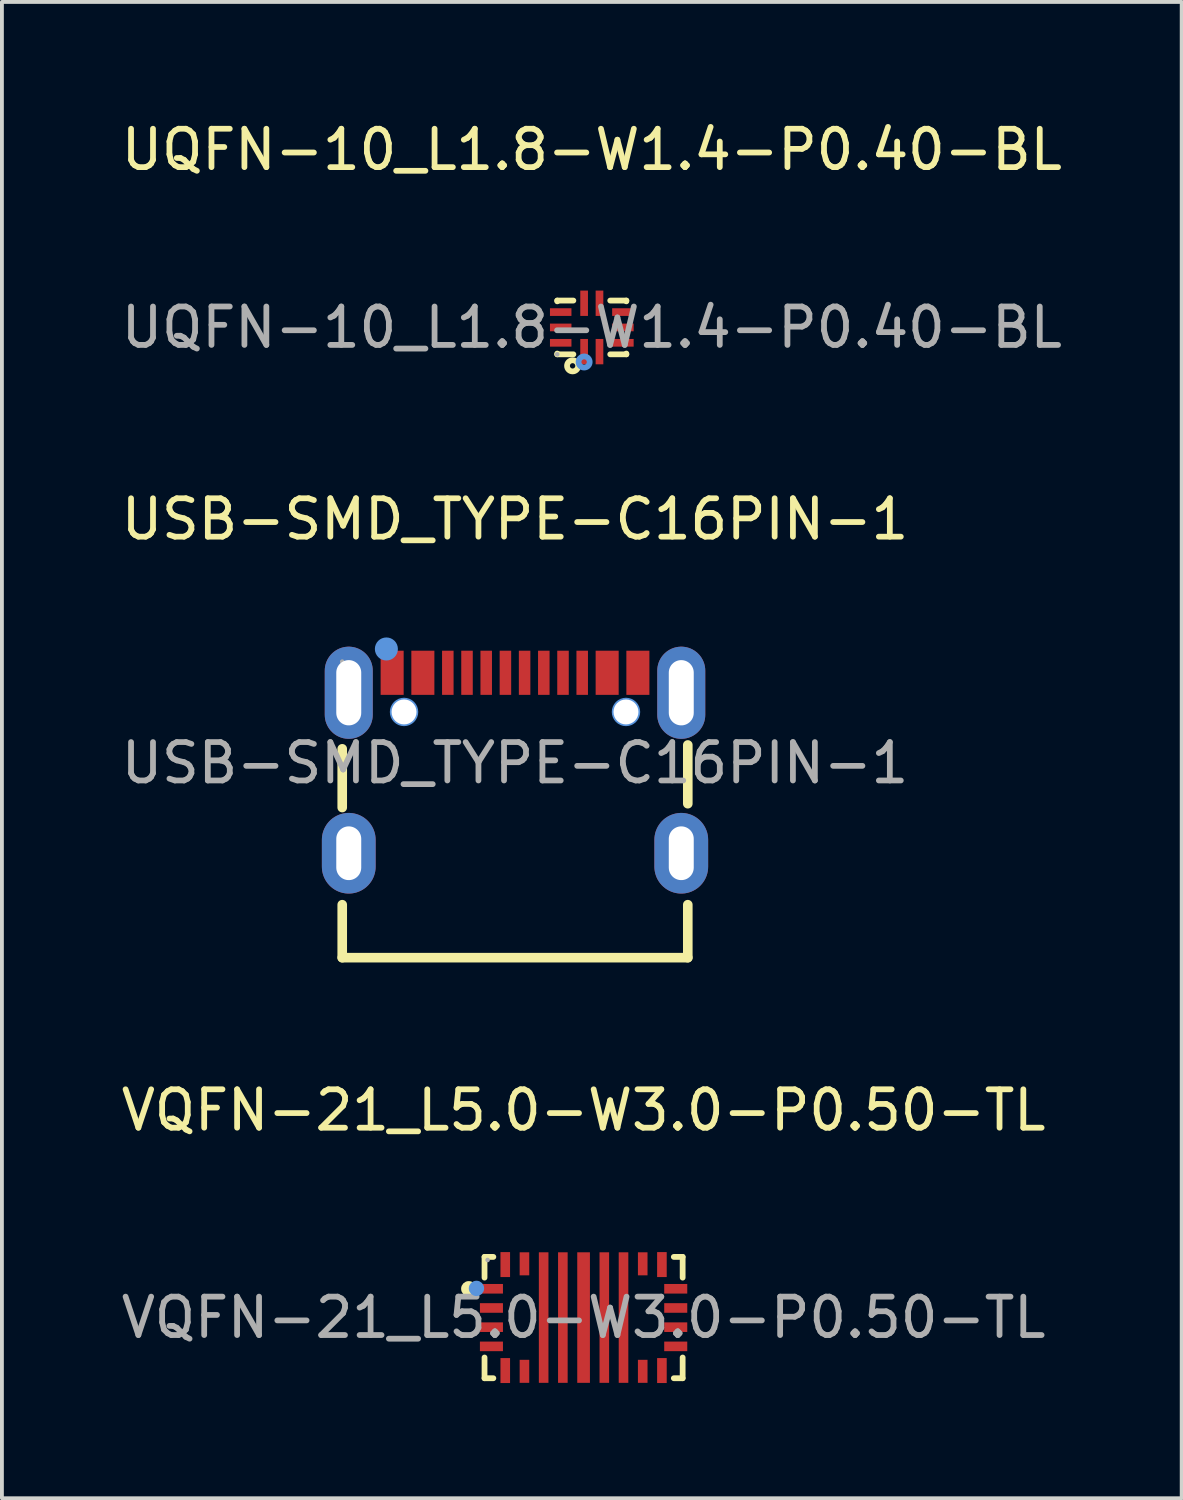
<source format=kicad_pcb>
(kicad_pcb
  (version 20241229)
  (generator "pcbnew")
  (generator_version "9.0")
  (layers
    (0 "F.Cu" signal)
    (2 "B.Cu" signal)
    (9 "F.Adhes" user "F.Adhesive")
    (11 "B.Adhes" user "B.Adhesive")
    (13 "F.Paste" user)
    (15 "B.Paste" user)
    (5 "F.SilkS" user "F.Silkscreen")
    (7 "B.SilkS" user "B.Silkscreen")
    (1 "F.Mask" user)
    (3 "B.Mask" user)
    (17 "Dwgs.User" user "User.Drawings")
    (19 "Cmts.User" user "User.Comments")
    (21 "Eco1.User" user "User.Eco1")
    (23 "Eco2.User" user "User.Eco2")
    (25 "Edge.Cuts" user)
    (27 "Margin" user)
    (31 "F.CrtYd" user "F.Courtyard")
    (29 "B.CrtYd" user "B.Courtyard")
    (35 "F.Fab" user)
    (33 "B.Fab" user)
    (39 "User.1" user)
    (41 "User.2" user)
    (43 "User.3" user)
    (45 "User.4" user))
  (footprint "UQFN-10_L1.8-W1.4-P0.40-BL"
    (layer "F.Cu")
    (at 12.363 5.478)
    (property "Reference" "UQFN-10_L1.8-W1.4-P0.40-BL" (at 0 -4.63 0) (layer "F.SilkS") (effects (font (size 1 1) (thickness 0.15))))
    (attr smd)
    (fp_line (start -0.9 -0.7) (end -0.9 -0.68) (stroke (width 0.15) (type solid)) (layer "F.SilkS"))
    (fp_line (start -0.9 0.68) (end -0.9 0.7) (stroke (width 0.15) (type solid)) (layer "F.SilkS"))
    (fp_line (start -0.9 0.7) (end -0.48 0.7) (stroke (width 0.15) (type solid)) (layer "F.SilkS"))
    (fp_line (start -0.48 -0.7) (end -0.9 -0.7) (stroke (width 0.15) (type solid)) (layer "F.SilkS"))
    (fp_line (start 0.48 0.7) (end 0.9 0.7) (stroke (width 0.15) (type solid)) (layer "F.SilkS"))
    (fp_line (start 0.9 -0.7) (end 0.48 -0.7) (stroke (width 0.15) (type solid)) (layer "F.SilkS"))
    (fp_line (start 0.9 -0.68) (end 0.9 -0.7) (stroke (width 0.15) (type solid)) (layer "F.SilkS"))
    (fp_line (start 0.9 0.7) (end 0.9 0.68) (stroke (width 0.15) (type solid)) (layer "F.SilkS"))
    (fp_circle (center -0.5 1) (end -0.43 1) (stroke (width 0.15) (type solid)) (fill no) (layer "F.SilkS"))
    (fp_circle (center -0.2 0.9) (end -0.13 0.9) (stroke (width 0.15) (type solid)) (fill no) (layer "Cmts.User"))
    (fp_circle (center -0.9 0.7) (end -0.87 0.7) (stroke (width 0.06) (type solid)) (fill no) (layer "F.Fab"))
    (fp_text user "${REFERENCE}" (at 0 0 0) (layer "F.Fab") (effects (font (size 1 1) (thickness 0.15))))
    (pad "1" smd rect (at -0.2 0.63) (size 0.2 0.66) (layers "F.Cu" "F.Mask" "F.Paste"))
    (pad "2" smd rect (at 0.2 0.63) (size 0.2 0.66) (layers "F.Cu" "F.Mask" "F.Paste"))
    (pad "3" smd rect (at 0.81 0.4) (size 0.56 0.2) (layers "F.Cu" "F.Mask" "F.Paste"))
    (pad "4" smd rect (at 0.81 0) (size 0.56 0.2) (layers "F.Cu" "F.Mask" "F.Paste"))
    (pad "5" smd rect (at 0.81 -0.4) (size 0.56 0.2) (layers "F.Cu" "F.Mask" "F.Paste"))
    (pad "6" smd rect (at 0.2 -0.63) (size 0.2 0.66) (layers "F.Cu" "F.Mask" "F.Paste"))
    (pad "7" smd rect (at -0.2 -0.63) (size 0.2 0.66) (layers "F.Cu" "F.Mask" "F.Paste"))
    (pad "8" smd rect (at -0.81 -0.4) (size 0.56 0.2) (layers "F.Cu" "F.Mask" "F.Paste"))
    (pad "9" smd rect (at -0.81 0) (size 0.56 0.2) (layers "F.Cu" "F.Mask" "F.Paste"))
    (pad "10" smd rect (at -0.81 0.4) (size 0.56 0.2) (layers "F.Cu" "F.Mask" "F.Paste")))
  (footprint "VQFN-21_L5.0-W3.0-P0.50-TL"
    (layer "F.Cu")
    (at 12.149 31.265)
    (property "Reference" "VQFN-21_L5.0-W3.0-P0.50-TL" (at 0 -5.4 0) (layer "F.SilkS") (effects (font (size 1 1) (thickness 0.15))))
    (attr smd)
    (fp_line (start -2.58 -1.58) (end -2.58 -1.04) (stroke (width 0.15) (type solid)) (layer "F.SilkS"))
    (fp_line (start -2.58 -1.58) (end -2.35 -1.58) (stroke (width 0.15) (type solid)) (layer "F.SilkS"))
    (fp_line (start -2.58 1.58) (end -2.58 1.04) (stroke (width 0.15) (type solid)) (layer "F.SilkS"))
    (fp_line (start -2.58 1.58) (end -2.35 1.58) (stroke (width 0.15) (type solid)) (layer "F.SilkS"))
    (fp_line (start 2.35 -1.58) (end 2.58 -1.58) (stroke (width 0.15) (type solid)) (layer "F.SilkS"))
    (fp_line (start 2.35 1.58) (end 2.58 1.58) (stroke (width 0.15) (type solid)) (layer "F.SilkS"))
    (fp_line (start 2.58 -1.58) (end 2.58 -1.04) (stroke (width 0.15) (type solid)) (layer "F.SilkS"))
    (fp_line (start 2.58 1.58) (end 2.58 1.04) (stroke (width 0.15) (type solid)) (layer "F.SilkS"))
    (fp_circle (center -2.99 -0.75) (end -2.89 -0.75) (stroke (width 0.2) (type solid)) (fill no) (layer "F.SilkS"))
    (fp_circle (center -2.79 -0.76) (end -2.69 -0.76) (stroke (width 0.2) (type solid)) (fill no) (layer "Cmts.User"))
    (fp_circle (center -2.5 -1.5) (end -2.47 -1.5) (stroke (width 0.06) (type solid)) (fill no) (layer "F.Fab"))
    (fp_text user "${REFERENCE}" (at 0 0 0) (layer "F.Fab") (effects (font (size 1 1) (thickness 0.15))))
    (pad "1" smd rect (at -2.4 -0.75) (size 0.6 0.25) (layers "F.Cu" "F.Mask" "F.Paste"))
    (pad "2" smd rect (at -2.4 -0.25) (size 0.6 0.25) (layers "F.Cu" "F.Mask" "F.Paste"))
    (pad "3" smd rect (at -2.4 0.25) (size 0.6 0.25) (layers "F.Cu" "F.Mask" "F.Paste"))
    (pad "4" smd rect (at -2.4 0.75) (size 0.6 0.25) (layers "F.Cu" "F.Mask" "F.Paste"))
    (pad "5" smd rect (at -2.04 1.38) (size 0.25 0.65) (layers "F.Cu" "F.Mask" "F.Paste"))
    (pad "6" smd rect (at -1.54 1.4) (size 0.25 0.6) (layers "F.Cu" "F.Mask" "F.Paste"))
    (pad "7" smd rect (at -1.04 0) (size 0.25 3.4) (layers "F.Cu" "F.Mask" "F.Paste"))
    (pad "8" smd rect (at -0.54 0) (size 0.25 3.4) (layers "F.Cu" "F.Mask" "F.Paste"))
    (pad "9" smd rect (at 0 0) (size 0.33 3.4) (layers "F.Cu" "F.Mask" "F.Paste"))
    (pad "10" smd rect (at 0.54 0) (size 0.25 3.4) (layers "F.Cu" "F.Mask" "F.Paste"))
    (pad "11" smd rect (at 1.04 0) (size 0.25 3.4) (layers "F.Cu" "F.Mask" "F.Paste"))
    (pad "12" smd rect (at 1.54 1.4) (size 0.25 0.6) (layers "F.Cu" "F.Mask" "F.Paste"))
    (pad "13" smd rect (at 2.04 1.38) (size 0.25 0.65) (layers "F.Cu" "F.Mask" "F.Paste"))
    (pad "14" smd rect (at 2.4 0.75) (size 0.6 0.25) (layers "F.Cu" "F.Mask" "F.Paste"))
    (pad "15" smd rect (at 2.4 0.25) (size 0.6 0.25) (layers "F.Cu" "F.Mask" "F.Paste"))
    (pad "16" smd rect (at 2.4 -0.25) (size 0.6 0.25) (layers "F.Cu" "F.Mask" "F.Paste"))
    (pad "17" smd rect (at 2.4 -0.75) (size 0.6 0.25) (layers "F.Cu" "F.Mask" "F.Paste"))
    (pad "18" smd rect (at 2.04 -1.38) (size 0.25 0.65) (layers "F.Cu" "F.Mask" "F.Paste"))
    (pad "19" smd rect (at 1.54 -1.4) (size 0.25 0.6) (layers "F.Cu" "F.Mask" "F.Paste"))
    (pad "20" smd rect (at -1.54 -1.4) (size 0.25 0.6) (layers "F.Cu" "F.Mask" "F.Paste"))
    (pad "21" smd rect (at -2.04 -1.38) (size 0.25 0.65) (layers "F.Cu" "F.Mask" "F.Paste")))
  (footprint "USB-SMD_TYPE-C16PIN-1"
    (layer "F.Cu")
    (at 10.363 16.822)
    (property "Reference" "USB-SMD_TYPE-C16PIN-1" (at 0 -6.35 0) (layer "F.SilkS") (effects (font (size 1 1) (thickness 0.15))))
    (attr smd)
    (fp_line (start -4.5 -0.37) (end -4.5 1.16) (stroke (width 0.25) (type solid)) (layer "F.SilkS"))
    (fp_line (start -4.5 3.69) (end -4.5 5.07) (stroke (width 0.25) (type solid)) (layer "F.SilkS"))
    (fp_line (start -4.5 5.07) (end 4.5 5.07) (stroke (width 0.25) (type solid)) (layer "F.SilkS"))
    (fp_line (start 4.5 1.06) (end 4.5 -0.47) (stroke (width 0.25) (type solid)) (layer "F.SilkS"))
    (fp_line (start 4.5 5.07) (end 4.5 3.69) (stroke (width 0.25) (type solid)) (layer "F.SilkS"))
    (fp_circle (center -3.35 -2.97) (end -3.2 -2.97) (stroke (width 0.3) (type solid)) (fill no) (layer "Cmts.User"))
    (fp_circle (center -2.89 -1.33) (end -2.77 -1.33) (stroke (width 0.25) (type solid)) (fill no) (layer "Cmts.User"))
    (fp_circle (center 2.89 -1.33) (end 3.01 -1.33) (stroke (width 0.25) (type solid)) (fill no) (layer "Cmts.User"))
    (fp_circle (center -4.5 -2.64) (end -4.47 -2.64) (stroke (width 0.06) (type solid)) (fill no) (layer "F.Fab"))
    (fp_text user "${REFERENCE}" (at 0 0 0) (layer "F.Fab") (effects (font (size 1 1) (thickness 0.15))))
    (pad "" thru_hole circle (at -2.89 -1.33) (size 0.65 0.65) (drill 0.65) (layers "*.Cu" "*.Mask"))
    (pad "" thru_hole circle (at 2.89 -1.33) (size 0.65 0.65) (drill 0.65) (layers "*.Cu" "*.Mask"))
    (pad "17" thru_hole oval (at -4.33 -1.83) (size 1.25 2.4) (drill oval 0.65 1.7) (layers "*.Cu" "*.Mask"))
    (pad "18" thru_hole oval (at 4.33 -1.83) (size 1.25 2.4) (drill oval 0.65 1.7) (layers "*.Cu" "*.Mask"))
    (pad "19" thru_hole oval (at -4.33 2.35) (size 1.4 2.1) (drill oval 0.65 1.4) (layers "*.Cu" "*.Mask"))
    (pad "20" thru_hole oval (at 4.33 2.35) (size 1.4 2.1) (drill oval 0.65 1.4) (layers "*.Cu" "*.Mask"))
    (pad "A1B12" smd rect (at -3.2 -2.35) (size 0.6 1.15) (layers "F.Cu" "F.Mask" "F.Paste"))
    (pad "A4B9" smd rect (at -2.4 -2.35) (size 0.6 1.15) (layers "F.Cu" "F.Mask" "F.Paste"))
    (pad "A5" smd rect (at -1.25 -2.35) (size 0.3 1.15) (layers "F.Cu" "F.Mask" "F.Paste"))
    (pad "A6" smd rect (at -0.25 -2.35) (size 0.3 1.15) (layers "F.Cu" "F.Mask" "F.Paste"))
    (pad "A7" smd rect (at 0.25 -2.35) (size 0.3 1.15) (layers "F.Cu" "F.Mask" "F.Paste"))
    (pad "A8" smd rect (at 1.25 -2.35) (size 0.3 1.15) (layers "F.Cu" "F.Mask" "F.Paste"))
    (pad "B1A12" smd rect (at 3.2 -2.35) (size 0.6 1.15) (layers "F.Cu" "F.Mask" "F.Paste"))
    (pad "B4A9" smd rect (at 2.4 -2.35) (size 0.6 1.15) (layers "F.Cu" "F.Mask" "F.Paste"))
    (pad "B5" smd rect (at 1.75 -2.35) (size 0.3 1.15) (layers "F.Cu" "F.Mask" "F.Paste"))
    (pad "B6" smd rect (at 0.75 -2.35) (size 0.3 1.15) (layers "F.Cu" "F.Mask" "F.Paste"))
    (pad "B7" smd rect (at -0.75 -2.35) (size 0.3 1.15) (layers "F.Cu" "F.Mask" "F.Paste"))
    (pad "B8" smd rect (at -1.75 -2.35) (size 0.3 1.15) (layers "F.Cu" "F.Mask" "F.Paste")))
  (gr_rect
    (start -3 -3)
    (end 27.726 35.97)
    (stroke (width 0.1) (type default))
    (fill no)
    (layer "Edge.Cuts")))
</source>
